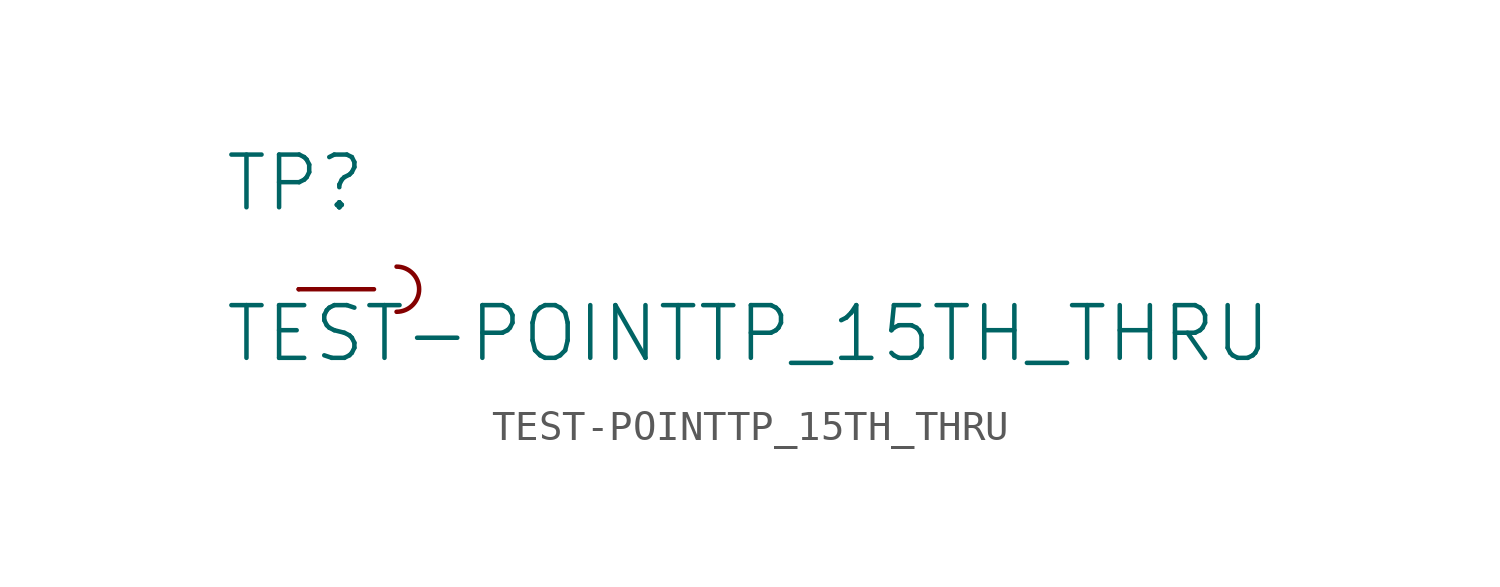
<source format=kicad_sym>
(kicad_symbol_lib
  (version 20211014)
  (generator kicad_symbol_editor)
  (symbol "TEST-POINTTP_15TH_THRU"
    (property "Reference" "TP"
      (at -2.54 2.54 0)
      (effects (font (size 1.778 1.778)) (justify left bottom)))
    (property "Value" "TEST-POINTTP_15TH_THRU"
      (at -2.54 -2.54 0)
      (effects (font (size 1.778 1.778)) (justify left bottom)))
    (property "ki_locked" ""
      (at 0 0 0)
      (effects (font (size 1.27 1.27))))
    (symbol "TEST-POINTTP_15TH_THRU_1_0"
      (polyline (pts (xy 2.54 0) (xy 0 0)) (stroke (width 0.152) (type default) (color 0 0 0 0)) (fill (type none)))
      (arc (start 3.302 -0.762) (mid 4.064 0) (end 3.302 0.762) (stroke (width 0.1524) (type default) (color 0 0 0 0)) (fill (type none)))
      (pin bidirectional line (at 0 0 180) (length 0) (name "1" (effects (font (size 0 0)))) (number "P$1" (effects (font (size 0 0))))))))
</source>
